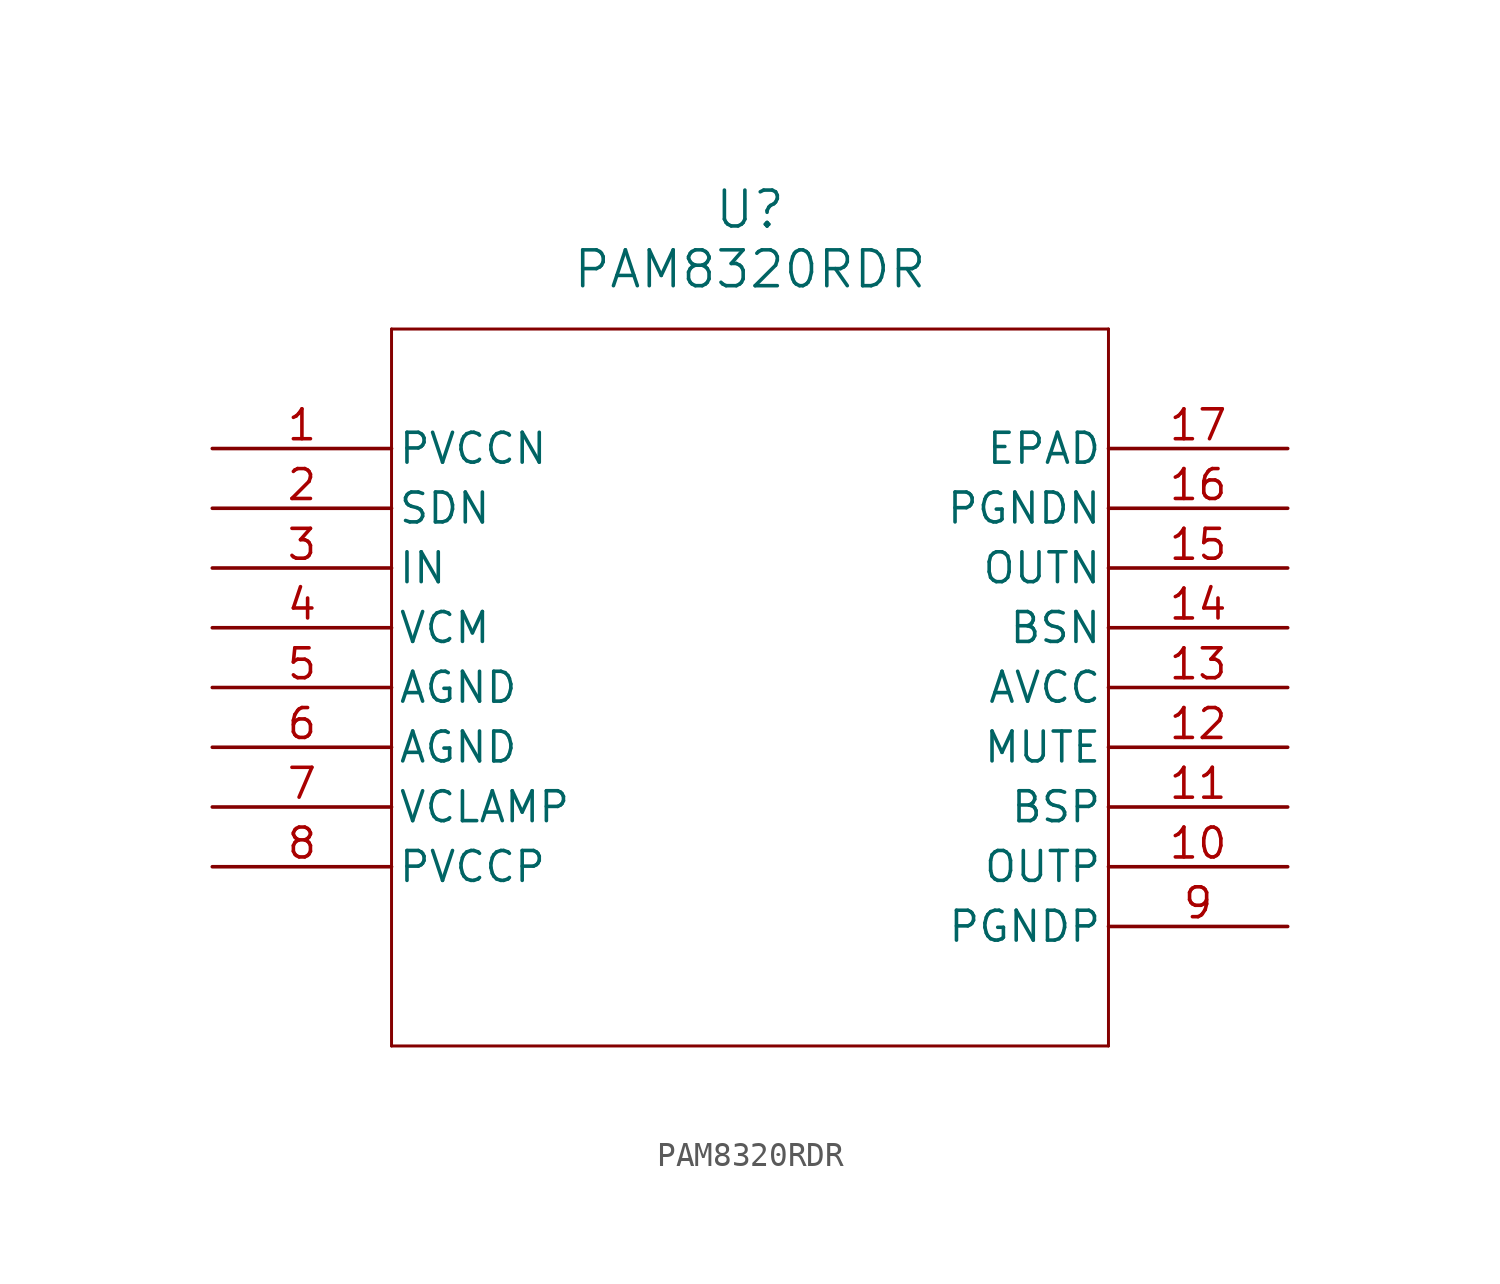
<source format=kicad_sym>
(kicad_symbol_lib
  (version 20211014)
  (generator kicad_symbol_editor)
  (symbol "PAM8320RDR"
    (pin_names
      (offset 0.254))
    (property "Reference" "U"
      (at 22.86 10.16 0)
      (effects (font (size 1.524 1.524))))
    (property "Value" "PAM8320RDR"
      (at 22.86 7.62 0)
      (effects (font (size 1.524 1.524))))
    (symbol "PAM8320RDR_0_1"
      (polyline (pts (xy 7.62 5.08) (xy 7.62 -25.4)) (stroke (width 0.127) (type default) (color 0 0 0 0)) (fill (type none)))
      (polyline (pts (xy 7.62 -25.4) (xy 38.1 -25.4)) (stroke (width 0.127) (type default) (color 0 0 0 0)) (fill (type none)))
      (polyline (pts (xy 38.1 -25.4) (xy 38.1 5.08)) (stroke (width 0.127) (type default) (color 0 0 0 0)) (fill (type none)))
      (polyline (pts (xy 38.1 5.08) (xy 7.62 5.08)) (stroke (width 0.127) (type default) (color 0 0 0 0)) (fill (type none)))
      (pin unspecified line (at 0 0 0) (length 7.62) (name "PVCCN" (effects (font (size 1.27 1.27)))) (number "1" (effects (font (size 1.27 1.27)))))
      (pin unspecified line (at 0 -2.54 0) (length 7.62) (name "SDN" (effects (font (size 1.27 1.27)))) (number "2" (effects (font (size 1.27 1.27)))))
      (pin unspecified line (at 0 -5.08 0) (length 7.62) (name "IN" (effects (font (size 1.27 1.27)))) (number "3" (effects (font (size 1.27 1.27)))))
      (pin unspecified line (at 0 -7.62 0) (length 7.62) (name "VCM" (effects (font (size 1.27 1.27)))) (number "4" (effects (font (size 1.27 1.27)))))
      (pin power_out line (at 0 -10.16 0) (length 7.62) (name "AGND" (effects (font (size 1.27 1.27)))) (number "5" (effects (font (size 1.27 1.27)))))
      (pin power_out line (at 0 -12.7 0) (length 7.62) (name "AGND" (effects (font (size 1.27 1.27)))) (number "6" (effects (font (size 1.27 1.27)))))
      (pin unspecified line (at 0 -15.24 0) (length 7.62) (name "VCLAMP" (effects (font (size 1.27 1.27)))) (number "7" (effects (font (size 1.27 1.27)))))
      (pin unspecified line (at 0 -17.78 0) (length 7.62) (name "PVCCP" (effects (font (size 1.27 1.27)))) (number "8" (effects (font (size 1.27 1.27)))))
      (pin power_out line (at 45.72 -20.32 180) (length 7.62) (name "PGNDP" (effects (font (size 1.27 1.27)))) (number "9" (effects (font (size 1.27 1.27)))))
      (pin output line (at 45.72 -17.78 180) (length 7.62) (name "OUTP" (effects (font (size 1.27 1.27)))) (number "10" (effects (font (size 1.27 1.27)))))
      (pin unspecified line (at 45.72 -15.24 180) (length 7.62) (name "BSP" (effects (font (size 1.27 1.27)))) (number "11" (effects (font (size 1.27 1.27)))))
      (pin unspecified line (at 45.72 -12.7 180) (length 7.62) (name "MUTE" (effects (font (size 1.27 1.27)))) (number "12" (effects (font (size 1.27 1.27)))))
      (pin unspecified line (at 45.72 -10.16 180) (length 7.62) (name "AVCC" (effects (font (size 1.27 1.27)))) (number "13" (effects (font (size 1.27 1.27)))))
      (pin unspecified line (at 45.72 -7.62 180) (length 7.62) (name "BSN" (effects (font (size 1.27 1.27)))) (number "14" (effects (font (size 1.27 1.27)))))
      (pin output line (at 45.72 -5.08 180) (length 7.62) (name "OUTN" (effects (font (size 1.27 1.27)))) (number "15" (effects (font (size 1.27 1.27)))))
      (pin power_out line (at 45.72 -2.54 180) (length 7.62) (name "PGNDN" (effects (font (size 1.27 1.27)))) (number "16" (effects (font (size 1.27 1.27)))))
      (pin unspecified line (at 45.72 0 180) (length 7.62) (name "EPAD" (effects (font (size 1.27 1.27)))) (number "17" (effects (font (size 1.27 1.27))))))))
</source>
